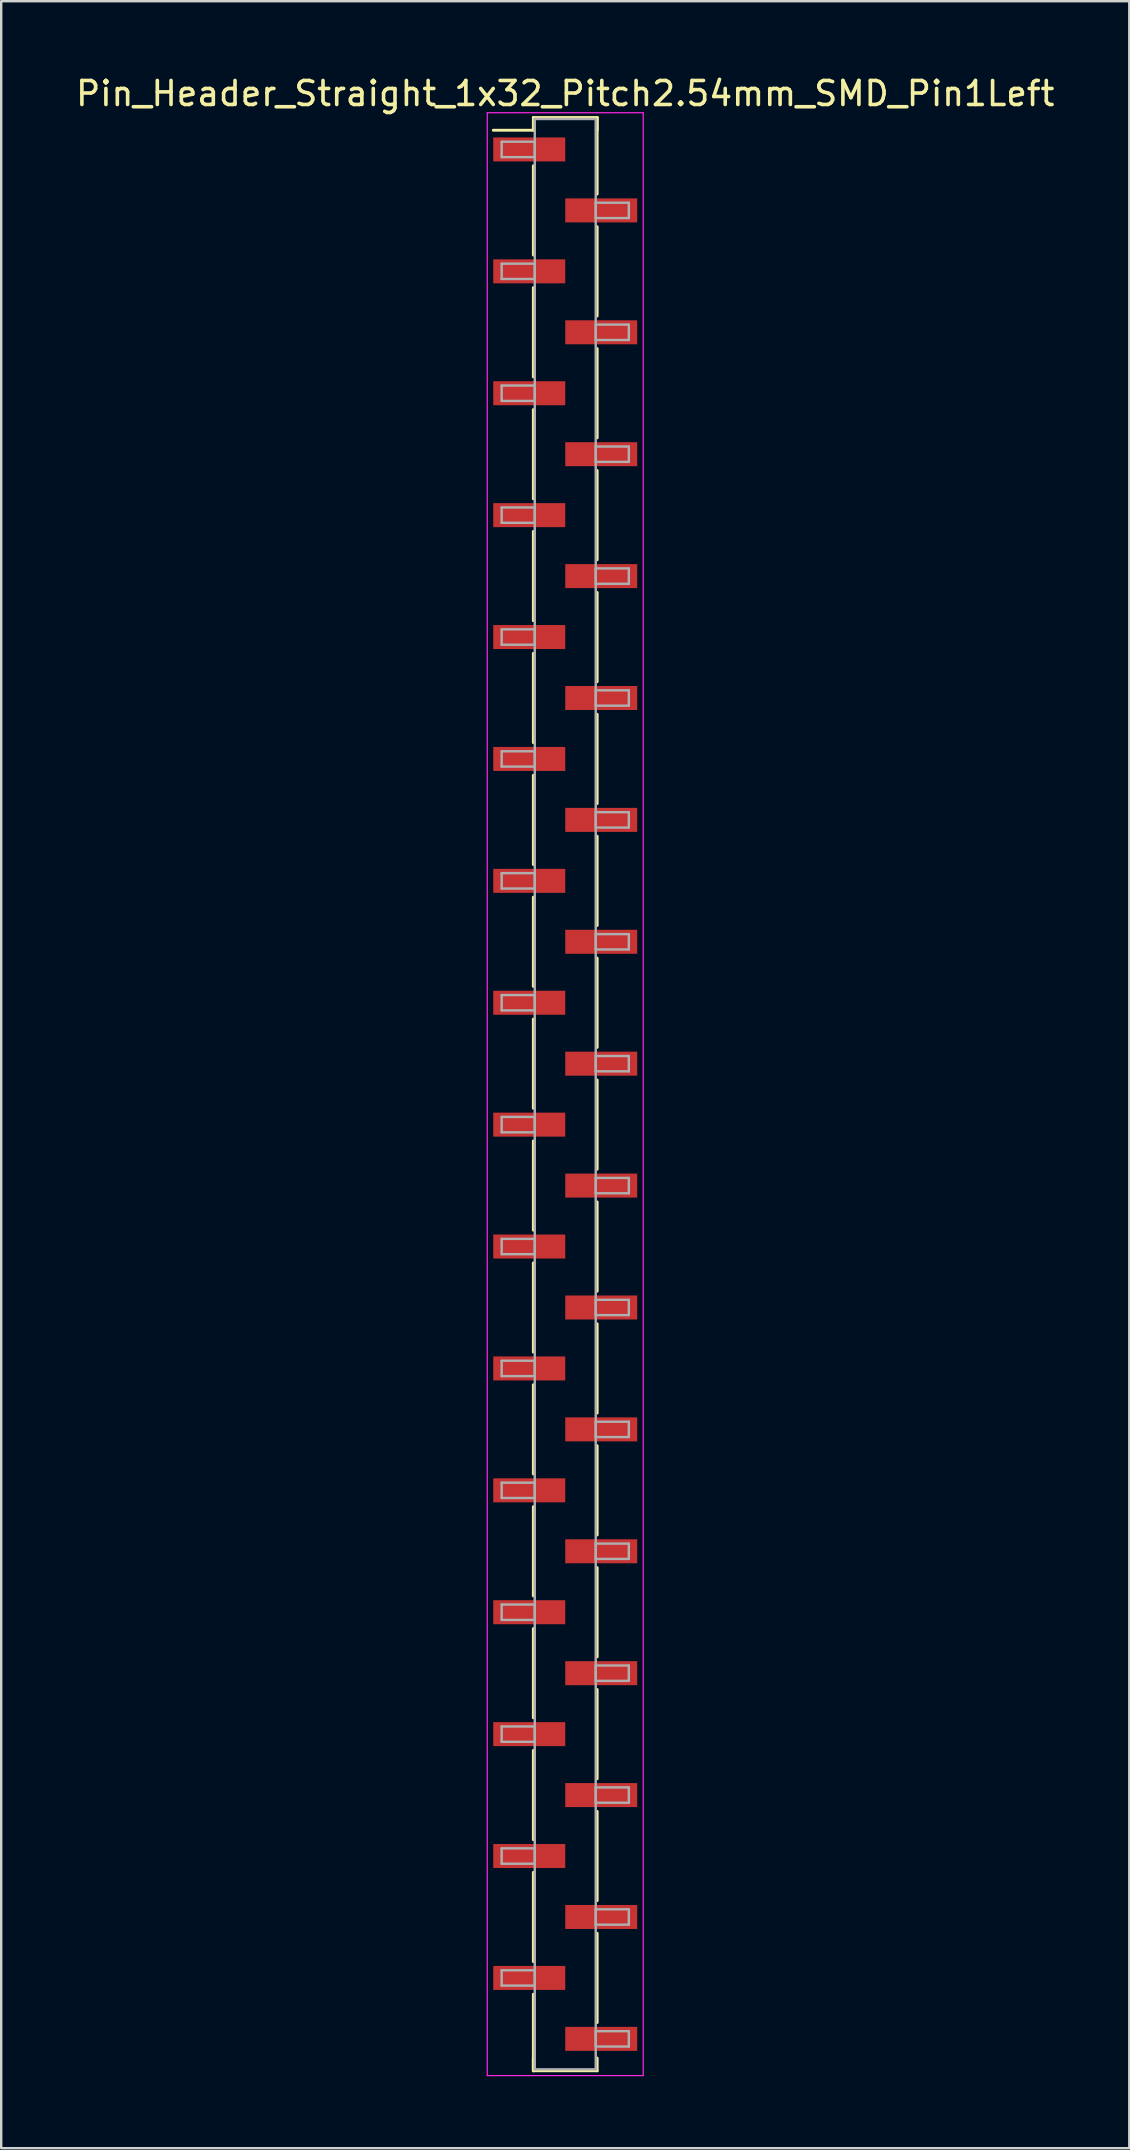
<source format=kicad_pcb>
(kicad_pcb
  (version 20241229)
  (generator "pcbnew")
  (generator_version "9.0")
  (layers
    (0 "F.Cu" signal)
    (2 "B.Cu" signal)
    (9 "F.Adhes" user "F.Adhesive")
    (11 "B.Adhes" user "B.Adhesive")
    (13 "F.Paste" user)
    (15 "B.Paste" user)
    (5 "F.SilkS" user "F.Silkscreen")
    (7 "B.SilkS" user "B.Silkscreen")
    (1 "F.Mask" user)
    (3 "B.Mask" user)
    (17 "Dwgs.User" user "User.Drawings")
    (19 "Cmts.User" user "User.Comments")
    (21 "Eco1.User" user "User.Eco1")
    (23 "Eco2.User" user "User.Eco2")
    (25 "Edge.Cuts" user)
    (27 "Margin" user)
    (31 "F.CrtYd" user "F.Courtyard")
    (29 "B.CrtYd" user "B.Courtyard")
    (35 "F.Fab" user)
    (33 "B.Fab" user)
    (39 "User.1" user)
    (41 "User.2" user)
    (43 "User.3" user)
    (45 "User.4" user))
  (footprint "Pin_Header_Straight_1x32_Pitch2.54mm_SMD_Pin1Left"
    (layer "F.Cu")
    (at 20.506 42.548)
    (property "Reference" "Pin_Header_Straight_1x32_Pitch2.54mm_SMD_Pin1Left" (at 0 -41.7 0) (layer "F.SilkS") (effects (font (size 1 1) (thickness 0.15))))
    (attr smd)
    (fp_line (start -1.33 -40.7) (end 1.33 -40.7) (stroke (width 0.12) (type solid)) (layer "F.SilkS"))
    (fp_line (start -1.33 -40.17) (end -3 -40.17) (stroke (width 0.12) (type solid)) (layer "F.SilkS"))
    (fp_line (start -1.33 -40.17) (end -1.33 -40.7) (stroke (width 0.12) (type solid)) (layer "F.SilkS"))
    (fp_line (start -1.33 -38.69) (end -1.33 -34.97) (stroke (width 0.12) (type solid)) (layer "F.SilkS"))
    (fp_line (start -1.33 -33.61) (end -1.33 -29.89) (stroke (width 0.12) (type solid)) (layer "F.SilkS"))
    (fp_line (start -1.33 -28.53) (end -1.33 -24.81) (stroke (width 0.12) (type solid)) (layer "F.SilkS"))
    (fp_line (start -1.33 -23.45) (end -1.33 -19.73) (stroke (width 0.12) (type solid)) (layer "F.SilkS"))
    (fp_line (start -1.33 -18.37) (end -1.33 -14.65) (stroke (width 0.12) (type solid)) (layer "F.SilkS"))
    (fp_line (start -1.33 -13.29) (end -1.33 -9.57) (stroke (width 0.12) (type solid)) (layer "F.SilkS"))
    (fp_line (start -1.33 -8.21) (end -1.33 -4.49) (stroke (width 0.12) (type solid)) (layer "F.SilkS"))
    (fp_line (start -1.33 -3.13) (end -1.33 0.59) (stroke (width 0.12) (type solid)) (layer "F.SilkS"))
    (fp_line (start -1.33 1.95) (end -1.33 5.67) (stroke (width 0.12) (type solid)) (layer "F.SilkS"))
    (fp_line (start -1.33 7.03) (end -1.33 10.75) (stroke (width 0.12) (type solid)) (layer "F.SilkS"))
    (fp_line (start -1.33 12.11) (end -1.33 15.83) (stroke (width 0.12) (type solid)) (layer "F.SilkS"))
    (fp_line (start -1.33 17.19) (end -1.33 20.91) (stroke (width 0.12) (type solid)) (layer "F.SilkS"))
    (fp_line (start -1.33 22.27) (end -1.33 25.99) (stroke (width 0.12) (type solid)) (layer "F.SilkS"))
    (fp_line (start -1.33 27.35) (end -1.33 31.07) (stroke (width 0.12) (type solid)) (layer "F.SilkS"))
    (fp_line (start -1.33 32.43) (end -1.33 36.15) (stroke (width 0.12) (type solid)) (layer "F.SilkS"))
    (fp_line (start -1.33 37.51) (end -1.33 40.7) (stroke (width 0.12) (type solid)) (layer "F.SilkS"))
    (fp_line (start -1.33 40.17) (end -1.33 40.7) (stroke (width 0.12) (type solid)) (layer "F.SilkS"))
    (fp_line (start -1.33 40.7) (end 1.33 40.7) (stroke (width 0.12) (type solid)) (layer "F.SilkS"))
    (fp_line (start 1.33 -40.7) (end 1.33 -40.17) (stroke (width 0.12) (type solid)) (layer "F.SilkS"))
    (fp_line (start 1.33 -40.7) (end 1.33 -37.51) (stroke (width 0.12) (type solid)) (layer "F.SilkS"))
    (fp_line (start 1.33 -36.15) (end 1.33 -32.43) (stroke (width 0.12) (type solid)) (layer "F.SilkS"))
    (fp_line (start 1.33 -31.07) (end 1.33 -27.35) (stroke (width 0.12) (type solid)) (layer "F.SilkS"))
    (fp_line (start 1.33 -25.99) (end 1.33 -22.27) (stroke (width 0.12) (type solid)) (layer "F.SilkS"))
    (fp_line (start 1.33 -20.91) (end 1.33 -17.19) (stroke (width 0.12) (type solid)) (layer "F.SilkS"))
    (fp_line (start 1.33 -15.83) (end 1.33 -12.11) (stroke (width 0.12) (type solid)) (layer "F.SilkS"))
    (fp_line (start 1.33 -10.75) (end 1.33 -7.03) (stroke (width 0.12) (type solid)) (layer "F.SilkS"))
    (fp_line (start 1.33 -5.67) (end 1.33 -1.95) (stroke (width 0.12) (type solid)) (layer "F.SilkS"))
    (fp_line (start 1.33 -0.59) (end 1.33 3.13) (stroke (width 0.12) (type solid)) (layer "F.SilkS"))
    (fp_line (start 1.33 4.49) (end 1.33 8.21) (stroke (width 0.12) (type solid)) (layer "F.SilkS"))
    (fp_line (start 1.33 9.57) (end 1.33 13.29) (stroke (width 0.12) (type solid)) (layer "F.SilkS"))
    (fp_line (start 1.33 14.65) (end 1.33 18.37) (stroke (width 0.12) (type solid)) (layer "F.SilkS"))
    (fp_line (start 1.33 19.73) (end 1.33 23.45) (stroke (width 0.12) (type solid)) (layer "F.SilkS"))
    (fp_line (start 1.33 24.81) (end 1.33 28.53) (stroke (width 0.12) (type solid)) (layer "F.SilkS"))
    (fp_line (start 1.33 29.89) (end 1.33 33.61) (stroke (width 0.12) (type solid)) (layer "F.SilkS"))
    (fp_line (start 1.33 34.97) (end 1.33 38.69) (stroke (width 0.12) (type solid)) (layer "F.SilkS"))
    (fp_line (start 1.33 40.7) (end 1.33 40.17) (stroke (width 0.12) (type solid)) (layer "F.SilkS"))
    (fp_line (start -3.25 -40.9) (end -3.25 40.9) (stroke (width 0.05) (type solid)) (layer "F.CrtYd"))
    (fp_line (start -3.25 40.9) (end 3.25 40.9) (stroke (width 0.05) (type solid)) (layer "F.CrtYd"))
    (fp_line (start 3.25 -40.9) (end -3.25 -40.9) (stroke (width 0.05) (type solid)) (layer "F.CrtYd"))
    (fp_line (start 3.25 40.9) (end 3.25 -40.9) (stroke (width 0.05) (type solid)) (layer "F.CrtYd"))
    (fp_line (start -2.65 -39.69) (end -1.27 -39.69) (stroke (width 0.1) (type solid)) (layer "F.Fab"))
    (fp_line (start -2.65 -39.05) (end -2.65 -39.69) (stroke (width 0.1) (type solid)) (layer "F.Fab"))
    (fp_line (start -2.65 -34.61) (end -1.27 -34.61) (stroke (width 0.1) (type solid)) (layer "F.Fab"))
    (fp_line (start -2.65 -33.97) (end -2.65 -34.61) (stroke (width 0.1) (type solid)) (layer "F.Fab"))
    (fp_line (start -2.65 -29.53) (end -1.27 -29.53) (stroke (width 0.1) (type solid)) (layer "F.Fab"))
    (fp_line (start -2.65 -28.89) (end -2.65 -29.53) (stroke (width 0.1) (type solid)) (layer "F.Fab"))
    (fp_line (start -2.65 -24.45) (end -1.27 -24.45) (stroke (width 0.1) (type solid)) (layer "F.Fab"))
    (fp_line (start -2.65 -23.81) (end -2.65 -24.45) (stroke (width 0.1) (type solid)) (layer "F.Fab"))
    (fp_line (start -2.65 -19.37) (end -1.27 -19.37) (stroke (width 0.1) (type solid)) (layer "F.Fab"))
    (fp_line (start -2.65 -18.73) (end -2.65 -19.37) (stroke (width 0.1) (type solid)) (layer "F.Fab"))
    (fp_line (start -2.65 -14.29) (end -1.27 -14.29) (stroke (width 0.1) (type solid)) (layer "F.Fab"))
    (fp_line (start -2.65 -13.65) (end -2.65 -14.29) (stroke (width 0.1) (type solid)) (layer "F.Fab"))
    (fp_line (start -2.65 -9.21) (end -1.27 -9.21) (stroke (width 0.1) (type solid)) (layer "F.Fab"))
    (fp_line (start -2.65 -8.57) (end -2.65 -9.21) (stroke (width 0.1) (type solid)) (layer "F.Fab"))
    (fp_line (start -2.65 -4.13) (end -1.27 -4.13) (stroke (width 0.1) (type solid)) (layer "F.Fab"))
    (fp_line (start -2.65 -3.49) (end -2.65 -4.13) (stroke (width 0.1) (type solid)) (layer "F.Fab"))
    (fp_line (start -2.65 0.95) (end -1.27 0.95) (stroke (width 0.1) (type solid)) (layer "F.Fab"))
    (fp_line (start -2.65 1.59) (end -2.65 0.95) (stroke (width 0.1) (type solid)) (layer "F.Fab"))
    (fp_line (start -2.65 6.03) (end -1.27 6.03) (stroke (width 0.1) (type solid)) (layer "F.Fab"))
    (fp_line (start -2.65 6.67) (end -2.65 6.03) (stroke (width 0.1) (type solid)) (layer "F.Fab"))
    (fp_line (start -2.65 11.11) (end -1.27 11.11) (stroke (width 0.1) (type solid)) (layer "F.Fab"))
    (fp_line (start -2.65 11.75) (end -2.65 11.11) (stroke (width 0.1) (type solid)) (layer "F.Fab"))
    (fp_line (start -2.65 16.19) (end -1.27 16.19) (stroke (width 0.1) (type solid)) (layer "F.Fab"))
    (fp_line (start -2.65 16.83) (end -2.65 16.19) (stroke (width 0.1) (type solid)) (layer "F.Fab"))
    (fp_line (start -2.65 21.27) (end -1.27 21.27) (stroke (width 0.1) (type solid)) (layer "F.Fab"))
    (fp_line (start -2.65 21.91) (end -2.65 21.27) (stroke (width 0.1) (type solid)) (layer "F.Fab"))
    (fp_line (start -2.65 26.35) (end -1.27 26.35) (stroke (width 0.1) (type solid)) (layer "F.Fab"))
    (fp_line (start -2.65 26.99) (end -2.65 26.35) (stroke (width 0.1) (type solid)) (layer "F.Fab"))
    (fp_line (start -2.65 31.43) (end -1.27 31.43) (stroke (width 0.1) (type solid)) (layer "F.Fab"))
    (fp_line (start -2.65 32.07) (end -2.65 31.43) (stroke (width 0.1) (type solid)) (layer "F.Fab"))
    (fp_line (start -2.65 36.51) (end -1.27 36.51) (stroke (width 0.1) (type solid)) (layer "F.Fab"))
    (fp_line (start -2.65 37.15) (end -2.65 36.51) (stroke (width 0.1) (type solid)) (layer "F.Fab"))
    (fp_line (start -1.27 -40.64) (end -1.27 40.64) (stroke (width 0.1) (type solid)) (layer "F.Fab"))
    (fp_line (start -1.27 -39.69) (end -1.27 -39.05) (stroke (width 0.1) (type solid)) (layer "F.Fab"))
    (fp_line (start -1.27 -39.05) (end -2.65 -39.05) (stroke (width 0.1) (type solid)) (layer "F.Fab"))
    (fp_line (start -1.27 -34.61) (end -1.27 -33.97) (stroke (width 0.1) (type solid)) (layer "F.Fab"))
    (fp_line (start -1.27 -33.97) (end -2.65 -33.97) (stroke (width 0.1) (type solid)) (layer "F.Fab"))
    (fp_line (start -1.27 -29.53) (end -1.27 -28.89) (stroke (width 0.1) (type solid)) (layer "F.Fab"))
    (fp_line (start -1.27 -28.89) (end -2.65 -28.89) (stroke (width 0.1) (type solid)) (layer "F.Fab"))
    (fp_line (start -1.27 -24.45) (end -1.27 -23.81) (stroke (width 0.1) (type solid)) (layer "F.Fab"))
    (fp_line (start -1.27 -23.81) (end -2.65 -23.81) (stroke (width 0.1) (type solid)) (layer "F.Fab"))
    (fp_line (start -1.27 -19.37) (end -1.27 -18.73) (stroke (width 0.1) (type solid)) (layer "F.Fab"))
    (fp_line (start -1.27 -18.73) (end -2.65 -18.73) (stroke (width 0.1) (type solid)) (layer "F.Fab"))
    (fp_line (start -1.27 -14.29) (end -1.27 -13.65) (stroke (width 0.1) (type solid)) (layer "F.Fab"))
    (fp_line (start -1.27 -13.65) (end -2.65 -13.65) (stroke (width 0.1) (type solid)) (layer "F.Fab"))
    (fp_line (start -1.27 -9.21) (end -1.27 -8.57) (stroke (width 0.1) (type solid)) (layer "F.Fab"))
    (fp_line (start -1.27 -8.57) (end -2.65 -8.57) (stroke (width 0.1) (type solid)) (layer "F.Fab"))
    (fp_line (start -1.27 -4.13) (end -1.27 -3.49) (stroke (width 0.1) (type solid)) (layer "F.Fab"))
    (fp_line (start -1.27 -3.49) (end -2.65 -3.49) (stroke (width 0.1) (type solid)) (layer "F.Fab"))
    (fp_line (start -1.27 0.95) (end -1.27 1.59) (stroke (width 0.1) (type solid)) (layer "F.Fab"))
    (fp_line (start -1.27 1.59) (end -2.65 1.59) (stroke (width 0.1) (type solid)) (layer "F.Fab"))
    (fp_line (start -1.27 6.03) (end -1.27 6.67) (stroke (width 0.1) (type solid)) (layer "F.Fab"))
    (fp_line (start -1.27 6.67) (end -2.65 6.67) (stroke (width 0.1) (type solid)) (layer "F.Fab"))
    (fp_line (start -1.27 11.11) (end -1.27 11.75) (stroke (width 0.1) (type solid)) (layer "F.Fab"))
    (fp_line (start -1.27 11.75) (end -2.65 11.75) (stroke (width 0.1) (type solid)) (layer "F.Fab"))
    (fp_line (start -1.27 16.19) (end -1.27 16.83) (stroke (width 0.1) (type solid)) (layer "F.Fab"))
    (fp_line (start -1.27 16.83) (end -2.65 16.83) (stroke (width 0.1) (type solid)) (layer "F.Fab"))
    (fp_line (start -1.27 21.27) (end -1.27 21.91) (stroke (width 0.1) (type solid)) (layer "F.Fab"))
    (fp_line (start -1.27 21.91) (end -2.65 21.91) (stroke (width 0.1) (type solid)) (layer "F.Fab"))
    (fp_line (start -1.27 26.35) (end -1.27 26.99) (stroke (width 0.1) (type solid)) (layer "F.Fab"))
    (fp_line (start -1.27 26.99) (end -2.65 26.99) (stroke (width 0.1) (type solid)) (layer "F.Fab"))
    (fp_line (start -1.27 31.43) (end -1.27 32.07) (stroke (width 0.1) (type solid)) (layer "F.Fab"))
    (fp_line (start -1.27 32.07) (end -2.65 32.07) (stroke (width 0.1) (type solid)) (layer "F.Fab"))
    (fp_line (start -1.27 36.51) (end -1.27 37.15) (stroke (width 0.1) (type solid)) (layer "F.Fab"))
    (fp_line (start -1.27 37.15) (end -2.65 37.15) (stroke (width 0.1) (type solid)) (layer "F.Fab"))
    (fp_line (start -1.27 40.64) (end 1.27 40.64) (stroke (width 0.1) (type solid)) (layer "F.Fab"))
    (fp_line (start 1.27 -40.64) (end -1.27 -40.64) (stroke (width 0.1) (type solid)) (layer "F.Fab"))
    (fp_line (start 1.27 -37.15) (end 1.27 -36.51) (stroke (width 0.1) (type solid)) (layer "F.Fab"))
    (fp_line (start 1.27 -36.51) (end 2.65 -36.51) (stroke (width 0.1) (type solid)) (layer "F.Fab"))
    (fp_line (start 1.27 -32.07) (end 1.27 -31.43) (stroke (width 0.1) (type solid)) (layer "F.Fab"))
    (fp_line (start 1.27 -31.43) (end 2.65 -31.43) (stroke (width 0.1) (type solid)) (layer "F.Fab"))
    (fp_line (start 1.27 -26.99) (end 1.27 -26.35) (stroke (width 0.1) (type solid)) (layer "F.Fab"))
    (fp_line (start 1.27 -26.35) (end 2.65 -26.35) (stroke (width 0.1) (type solid)) (layer "F.Fab"))
    (fp_line (start 1.27 -21.91) (end 1.27 -21.27) (stroke (width 0.1) (type solid)) (layer "F.Fab"))
    (fp_line (start 1.27 -21.27) (end 2.65 -21.27) (stroke (width 0.1) (type solid)) (layer "F.Fab"))
    (fp_line (start 1.27 -16.83) (end 1.27 -16.19) (stroke (width 0.1) (type solid)) (layer "F.Fab"))
    (fp_line (start 1.27 -16.19) (end 2.65 -16.19) (stroke (width 0.1) (type solid)) (layer "F.Fab"))
    (fp_line (start 1.27 -11.75) (end 1.27 -11.11) (stroke (width 0.1) (type solid)) (layer "F.Fab"))
    (fp_line (start 1.27 -11.11) (end 2.65 -11.11) (stroke (width 0.1) (type solid)) (layer "F.Fab"))
    (fp_line (start 1.27 -6.67) (end 1.27 -6.03) (stroke (width 0.1) (type solid)) (layer "F.Fab"))
    (fp_line (start 1.27 -6.03) (end 2.65 -6.03) (stroke (width 0.1) (type solid)) (layer "F.Fab"))
    (fp_line (start 1.27 -1.59) (end 1.27 -0.95) (stroke (width 0.1) (type solid)) (layer "F.Fab"))
    (fp_line (start 1.27 -0.95) (end 2.65 -0.95) (stroke (width 0.1) (type solid)) (layer "F.Fab"))
    (fp_line (start 1.27 3.49) (end 1.27 4.13) (stroke (width 0.1) (type solid)) (layer "F.Fab"))
    (fp_line (start 1.27 4.13) (end 2.65 4.13) (stroke (width 0.1) (type solid)) (layer "F.Fab"))
    (fp_line (start 1.27 8.57) (end 1.27 9.21) (stroke (width 0.1) (type solid)) (layer "F.Fab"))
    (fp_line (start 1.27 9.21) (end 2.65 9.21) (stroke (width 0.1) (type solid)) (layer "F.Fab"))
    (fp_line (start 1.27 13.65) (end 1.27 14.29) (stroke (width 0.1) (type solid)) (layer "F.Fab"))
    (fp_line (start 1.27 14.29) (end 2.65 14.29) (stroke (width 0.1) (type solid)) (layer "F.Fab"))
    (fp_line (start 1.27 18.73) (end 1.27 19.37) (stroke (width 0.1) (type solid)) (layer "F.Fab"))
    (fp_line (start 1.27 19.37) (end 2.65 19.37) (stroke (width 0.1) (type solid)) (layer "F.Fab"))
    (fp_line (start 1.27 23.81) (end 1.27 24.45) (stroke (width 0.1) (type solid)) (layer "F.Fab"))
    (fp_line (start 1.27 24.45) (end 2.65 24.45) (stroke (width 0.1) (type solid)) (layer "F.Fab"))
    (fp_line (start 1.27 28.89) (end 1.27 29.53) (stroke (width 0.1) (type solid)) (layer "F.Fab"))
    (fp_line (start 1.27 29.53) (end 2.65 29.53) (stroke (width 0.1) (type solid)) (layer "F.Fab"))
    (fp_line (start 1.27 33.97) (end 1.27 34.61) (stroke (width 0.1) (type solid)) (layer "F.Fab"))
    (fp_line (start 1.27 34.61) (end 2.65 34.61) (stroke (width 0.1) (type solid)) (layer "F.Fab"))
    (fp_line (start 1.27 39.05) (end 1.27 39.69) (stroke (width 0.1) (type solid)) (layer "F.Fab"))
    (fp_line (start 1.27 39.69) (end 2.65 39.69) (stroke (width 0.1) (type solid)) (layer "F.Fab"))
    (fp_line (start 1.27 40.64) (end 1.27 -40.64) (stroke (width 0.1) (type solid)) (layer "F.Fab"))
    (fp_line (start 2.65 -37.15) (end 1.27 -37.15) (stroke (width 0.1) (type solid)) (layer "F.Fab"))
    (fp_line (start 2.65 -36.51) (end 2.65 -37.15) (stroke (width 0.1) (type solid)) (layer "F.Fab"))
    (fp_line (start 2.65 -32.07) (end 1.27 -32.07) (stroke (width 0.1) (type solid)) (layer "F.Fab"))
    (fp_line (start 2.65 -31.43) (end 2.65 -32.07) (stroke (width 0.1) (type solid)) (layer "F.Fab"))
    (fp_line (start 2.65 -26.99) (end 1.27 -26.99) (stroke (width 0.1) (type solid)) (layer "F.Fab"))
    (fp_line (start 2.65 -26.35) (end 2.65 -26.99) (stroke (width 0.1) (type solid)) (layer "F.Fab"))
    (fp_line (start 2.65 -21.91) (end 1.27 -21.91) (stroke (width 0.1) (type solid)) (layer "F.Fab"))
    (fp_line (start 2.65 -21.27) (end 2.65 -21.91) (stroke (width 0.1) (type solid)) (layer "F.Fab"))
    (fp_line (start 2.65 -16.83) (end 1.27 -16.83) (stroke (width 0.1) (type solid)) (layer "F.Fab"))
    (fp_line (start 2.65 -16.19) (end 2.65 -16.83) (stroke (width 0.1) (type solid)) (layer "F.Fab"))
    (fp_line (start 2.65 -11.75) (end 1.27 -11.75) (stroke (width 0.1) (type solid)) (layer "F.Fab"))
    (fp_line (start 2.65 -11.11) (end 2.65 -11.75) (stroke (width 0.1) (type solid)) (layer "F.Fab"))
    (fp_line (start 2.65 -6.67) (end 1.27 -6.67) (stroke (width 0.1) (type solid)) (layer "F.Fab"))
    (fp_line (start 2.65 -6.03) (end 2.65 -6.67) (stroke (width 0.1) (type solid)) (layer "F.Fab"))
    (fp_line (start 2.65 -1.59) (end 1.27 -1.59) (stroke (width 0.1) (type solid)) (layer "F.Fab"))
    (fp_line (start 2.65 -0.95) (end 2.65 -1.59) (stroke (width 0.1) (type solid)) (layer "F.Fab"))
    (fp_line (start 2.65 3.49) (end 1.27 3.49) (stroke (width 0.1) (type solid)) (layer "F.Fab"))
    (fp_line (start 2.65 4.13) (end 2.65 3.49) (stroke (width 0.1) (type solid)) (layer "F.Fab"))
    (fp_line (start 2.65 8.57) (end 1.27 8.57) (stroke (width 0.1) (type solid)) (layer "F.Fab"))
    (fp_line (start 2.65 9.21) (end 2.65 8.57) (stroke (width 0.1) (type solid)) (layer "F.Fab"))
    (fp_line (start 2.65 13.65) (end 1.27 13.65) (stroke (width 0.1) (type solid)) (layer "F.Fab"))
    (fp_line (start 2.65 14.29) (end 2.65 13.65) (stroke (width 0.1) (type solid)) (layer "F.Fab"))
    (fp_line (start 2.65 18.73) (end 1.27 18.73) (stroke (width 0.1) (type solid)) (layer "F.Fab"))
    (fp_line (start 2.65 19.37) (end 2.65 18.73) (stroke (width 0.1) (type solid)) (layer "F.Fab"))
    (fp_line (start 2.65 23.81) (end 1.27 23.81) (stroke (width 0.1) (type solid)) (layer "F.Fab"))
    (fp_line (start 2.65 24.45) (end 2.65 23.81) (stroke (width 0.1) (type solid)) (layer "F.Fab"))
    (fp_line (start 2.65 28.89) (end 1.27 28.89) (stroke (width 0.1) (type solid)) (layer "F.Fab"))
    (fp_line (start 2.65 29.53) (end 2.65 28.89) (stroke (width 0.1) (type solid)) (layer "F.Fab"))
    (fp_line (start 2.65 33.97) (end 1.27 33.97) (stroke (width 0.1) (type solid)) (layer "F.Fab"))
    (fp_line (start 2.65 34.61) (end 2.65 33.97) (stroke (width 0.1) (type solid)) (layer "F.Fab"))
    (fp_line (start 2.65 39.05) (end 1.27 39.05) (stroke (width 0.1) (type solid)) (layer "F.Fab"))
    (fp_line (start 2.65 39.69) (end 2.65 39.05) (stroke (width 0.1) (type solid)) (layer "F.Fab"))
    (pad "1" smd rect (at -1.5 -39.37) (size 3 1) (layers "F.Cu" "F.Mask"))
    (pad "2" smd rect (at 1.5 -36.83) (size 3 1) (layers "F.Cu" "F.Mask"))
    (pad "3" smd rect (at -1.5 -34.29) (size 3 1) (layers "F.Cu" "F.Mask"))
    (pad "4" smd rect (at 1.5 -31.75) (size 3 1) (layers "F.Cu" "F.Mask"))
    (pad "5" smd rect (at -1.5 -29.21) (size 3 1) (layers "F.Cu" "F.Mask"))
    (pad "6" smd rect (at 1.5 -26.67) (size 3 1) (layers "F.Cu" "F.Mask"))
    (pad "7" smd rect (at -1.5 -24.13) (size 3 1) (layers "F.Cu" "F.Mask"))
    (pad "8" smd rect (at 1.5 -21.59) (size 3 1) (layers "F.Cu" "F.Mask"))
    (pad "9" smd rect (at -1.5 -19.05) (size 3 1) (layers "F.Cu" "F.Mask"))
    (pad "10" smd rect (at 1.5 -16.51) (size 3 1) (layers "F.Cu" "F.Mask"))
    (pad "11" smd rect (at -1.5 -13.97) (size 3 1) (layers "F.Cu" "F.Mask"))
    (pad "12" smd rect (at 1.5 -11.43) (size 3 1) (layers "F.Cu" "F.Mask"))
    (pad "13" smd rect (at -1.5 -8.89) (size 3 1) (layers "F.Cu" "F.Mask"))
    (pad "14" smd rect (at 1.5 -6.35) (size 3 1) (layers "F.Cu" "F.Mask"))
    (pad "15" smd rect (at -1.5 -3.81) (size 3 1) (layers "F.Cu" "F.Mask"))
    (pad "16" smd rect (at 1.5 -1.27) (size 3 1) (layers "F.Cu" "F.Mask"))
    (pad "17" smd rect (at -1.5 1.27) (size 3 1) (layers "F.Cu" "F.Mask"))
    (pad "18" smd rect (at 1.5 3.81) (size 3 1) (layers "F.Cu" "F.Mask"))
    (pad "19" smd rect (at -1.5 6.35) (size 3 1) (layers "F.Cu" "F.Mask"))
    (pad "20" smd rect (at 1.5 8.89) (size 3 1) (layers "F.Cu" "F.Mask"))
    (pad "21" smd rect (at -1.5 11.43) (size 3 1) (layers "F.Cu" "F.Mask"))
    (pad "22" smd rect (at 1.5 13.97) (size 3 1) (layers "F.Cu" "F.Mask"))
    (pad "23" smd rect (at -1.5 16.51) (size 3 1) (layers "F.Cu" "F.Mask"))
    (pad "24" smd rect (at 1.5 19.05) (size 3 1) (layers "F.Cu" "F.Mask"))
    (pad "25" smd rect (at -1.5 21.59) (size 3 1) (layers "F.Cu" "F.Mask"))
    (pad "26" smd rect (at 1.5 24.13) (size 3 1) (layers "F.Cu" "F.Mask"))
    (pad "27" smd rect (at -1.5 26.67) (size 3 1) (layers "F.Cu" "F.Mask"))
    (pad "28" smd rect (at 1.5 29.21) (size 3 1) (layers "F.Cu" "F.Mask"))
    (pad "29" smd rect (at -1.5 31.75) (size 3 1) (layers "F.Cu" "F.Mask"))
    (pad "30" smd rect (at 1.5 34.29) (size 3 1) (layers "F.Cu" "F.Mask"))
    (pad "31" smd rect (at -1.5 36.83) (size 3 1) (layers "F.Cu" "F.Mask"))
    (pad "32" smd rect (at 1.5 39.37) (size 3 1) (layers "F.Cu" "F.Mask")))
  (gr_rect
    (start -3 -3)
    (end 44.012 86.473)
    (stroke (width 0.1) (type default))
    (fill no)
    (layer "Edge.Cuts")))
</source>
